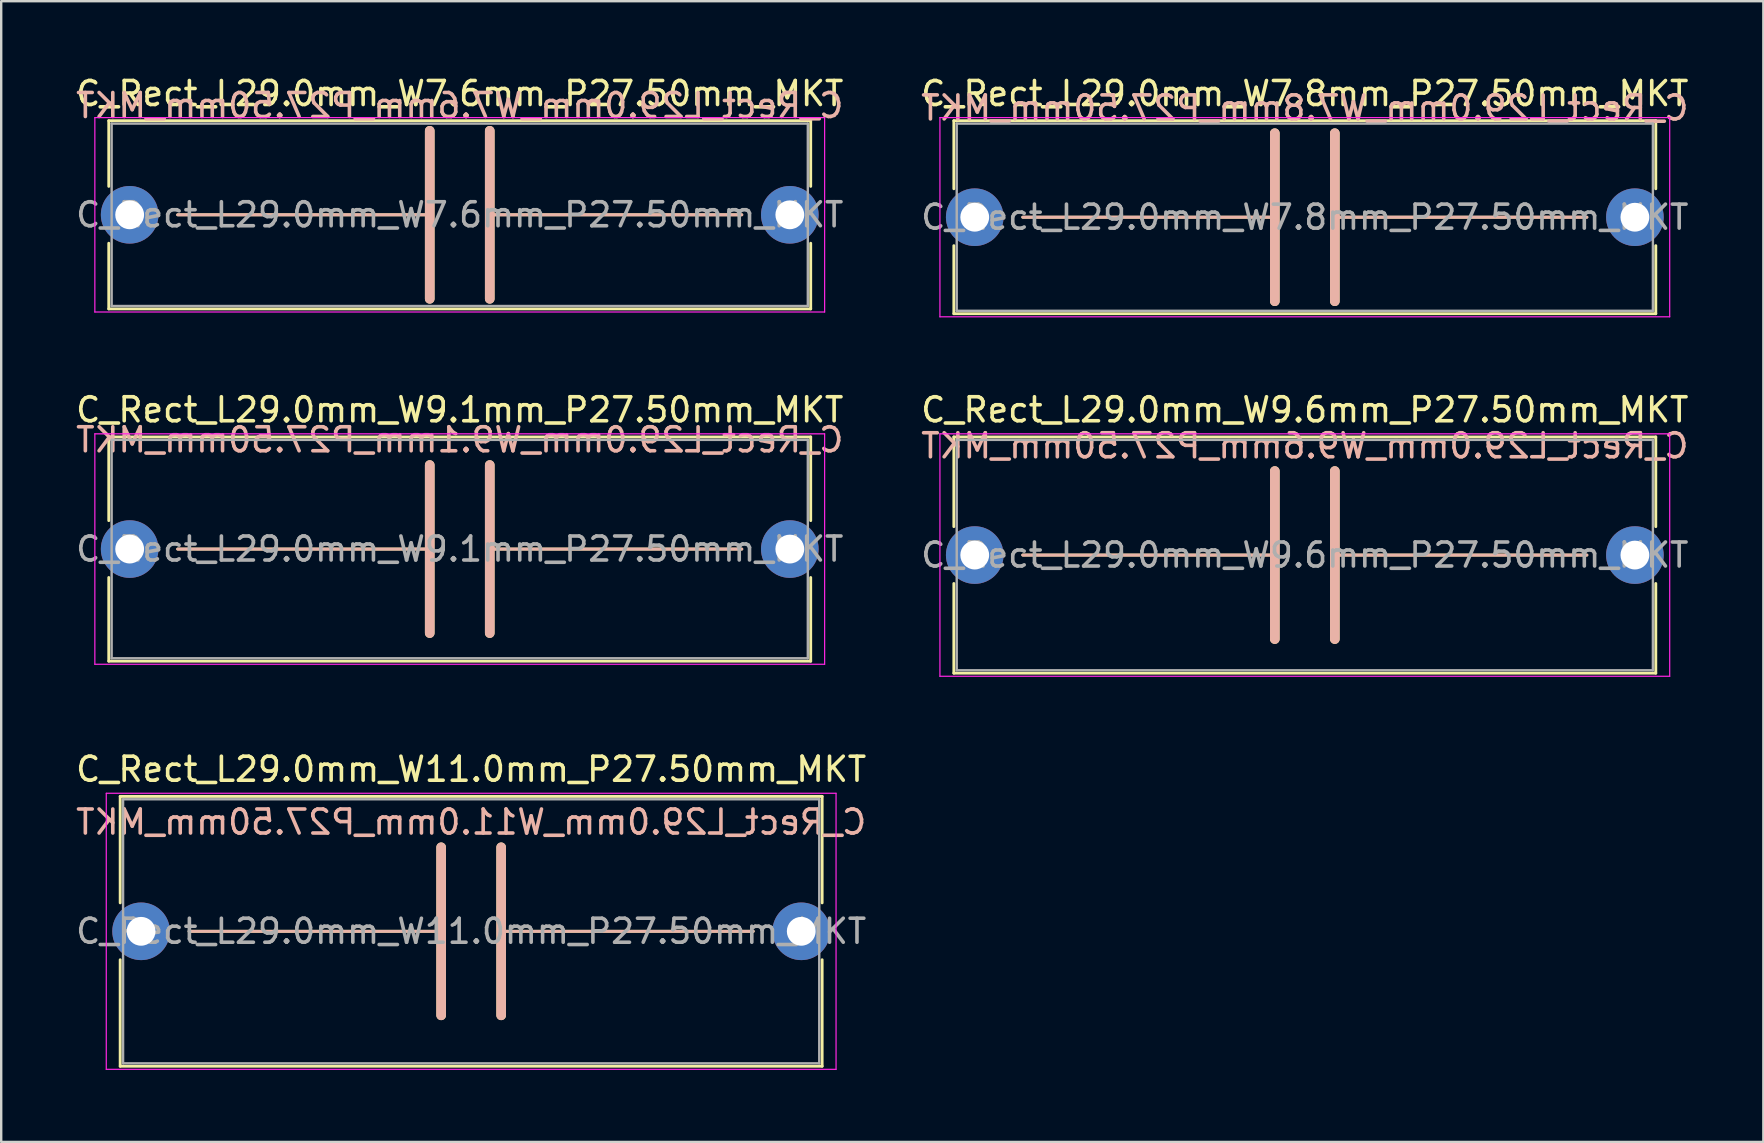
<source format=kicad_pcb>
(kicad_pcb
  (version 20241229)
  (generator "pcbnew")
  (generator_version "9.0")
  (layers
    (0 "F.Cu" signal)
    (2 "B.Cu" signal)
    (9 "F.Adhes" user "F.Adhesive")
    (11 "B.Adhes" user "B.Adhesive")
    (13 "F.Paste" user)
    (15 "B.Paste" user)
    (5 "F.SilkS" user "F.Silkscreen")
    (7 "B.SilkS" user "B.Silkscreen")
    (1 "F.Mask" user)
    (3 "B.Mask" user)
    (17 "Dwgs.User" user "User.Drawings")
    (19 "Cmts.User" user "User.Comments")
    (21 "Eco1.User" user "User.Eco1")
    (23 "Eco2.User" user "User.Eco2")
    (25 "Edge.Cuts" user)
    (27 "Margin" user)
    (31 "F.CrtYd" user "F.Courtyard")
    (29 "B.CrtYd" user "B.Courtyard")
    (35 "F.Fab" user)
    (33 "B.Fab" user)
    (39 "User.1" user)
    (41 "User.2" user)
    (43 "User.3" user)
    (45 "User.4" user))
  (footprint "C_Rect_L29.0mm_W7.8mm_P27.50mm_MKT"
    (layer "F.Cu")
    (at 37.554 5.998)
    (property "Reference" "C_Rect_L29.0mm_W7.8mm_P27.50mm_MKT" (at 13.75 -5.15 0) (layer "F.SilkS") (effects (font (size 1 1) (thickness 0.15))))
    (fp_line (start -0.87 -4.02) (end -0.87 -1.185) (stroke (width 0.12) (type solid)) (layer "F.SilkS"))
    (fp_line (start -0.87 -4.02) (end 28.37 -4.02) (stroke (width 0.12) (type solid)) (layer "F.SilkS"))
    (fp_line (start -0.87 1.185) (end -0.87 4.02) (stroke (width 0.12) (type solid)) (layer "F.SilkS"))
    (fp_line (start -0.87 4.02) (end 28.37 4.02) (stroke (width 0.12) (type solid)) (layer "F.SilkS"))
    (fp_line (start 2 0) (end 12.5 0) (stroke (width 0.12) (type solid)) (layer "F.SilkS"))
    (fp_line (start 12.5 -3.5) (end 12.5 3.5) (stroke (width 0.4) (type solid)) (layer "F.SilkS"))
    (fp_line (start 15 -3.5) (end 15 3.5) (stroke (width 0.4) (type solid)) (layer "F.SilkS"))
    (fp_line (start 15 0) (end 25.5 0) (stroke (width 0.12) (type solid)) (layer "F.SilkS"))
    (fp_line (start 28.37 -4.02) (end 28.37 -1.185) (stroke (width 0.12) (type solid)) (layer "F.SilkS"))
    (fp_line (start 28.37 1.185) (end 28.37 4.02) (stroke (width 0.12) (type solid)) (layer "F.SilkS"))
    (fp_line (start 2 0) (end 12.5 0) (stroke (width 0.12) (type solid)) (layer "B.SilkS"))
    (fp_line (start 12.5 3.5) (end 12.5 -3.5) (stroke (width 0.4) (type solid)) (layer "B.SilkS"))
    (fp_line (start 15 0) (end 25.5 0) (stroke (width 0.12) (type solid)) (layer "B.SilkS"))
    (fp_line (start 15 3.5) (end 15 -3.5) (stroke (width 0.4) (type solid)) (layer "B.SilkS"))
    (fp_line (start -1.45 -4.15) (end -1.45 4.15) (stroke (width 0.05) (type solid)) (layer "F.CrtYd"))
    (fp_line (start -1.45 4.15) (end 28.95 4.15) (stroke (width 0.05) (type solid)) (layer "F.CrtYd"))
    (fp_line (start 28.95 -4.15) (end -1.45 -4.15) (stroke (width 0.05) (type solid)) (layer "F.CrtYd"))
    (fp_line (start 28.95 4.15) (end 28.95 -4.15) (stroke (width 0.05) (type solid)) (layer "F.CrtYd"))
    (fp_line (start -0.75 -3.9) (end -0.75 3.9) (stroke (width 0.1) (type solid)) (layer "F.Fab"))
    (fp_line (start -0.75 3.9) (end 28.25 3.9) (stroke (width 0.1) (type solid)) (layer "F.Fab"))
    (fp_line (start 28.25 -3.9) (end -0.75 -3.9) (stroke (width 0.1) (type solid)) (layer "F.Fab"))
    (fp_line (start 28.25 3.9) (end 28.25 -3.9) (stroke (width 0.1) (type solid)) (layer "F.Fab"))
    (fp_text user "${REFERENCE}" (at 13.75 -4.55 0) (layer "B.SilkS") (effects (font (size 1 1) (thickness 0.15)) (justify mirror)))
    (fp_text user "${REFERENCE}" (at 13.75 0 0) (layer "F.Fab") (effects (font (size 1 1) (thickness 0.15))))
    (pad "1" thru_hole circle (at 0 0) (size 2.4 2.4) (drill 1.2) (layers "*.Cu" "*.Mask"))
    (pad "2" thru_hole circle (at 27.5 0) (size 2.4 2.4) (drill 1.2) (layers "*.Cu" "*.Mask")))
  (footprint "C_Rect_L29.0mm_W11.0mm_P27.50mm_MKT"
    (layer "F.Cu")
    (at 2.827 35.745)
    (property "Reference" "C_Rect_L29.0mm_W11.0mm_P27.50mm_MKT" (at 13.75 -6.75 0) (layer "F.SilkS") (effects (font (size 1 1) (thickness 0.15))))
    (fp_line (start -0.87 -5.62) (end -0.87 -1.185) (stroke (width 0.12) (type solid)) (layer "F.SilkS"))
    (fp_line (start -0.87 -5.62) (end 28.37 -5.62) (stroke (width 0.12) (type solid)) (layer "F.SilkS"))
    (fp_line (start -0.87 1.185) (end -0.87 5.62) (stroke (width 0.12) (type solid)) (layer "F.SilkS"))
    (fp_line (start -0.87 5.62) (end 28.37 5.62) (stroke (width 0.12) (type solid)) (layer "F.SilkS"))
    (fp_line (start 2 0) (end 12.5 0) (stroke (width 0.12) (type solid)) (layer "F.SilkS"))
    (fp_line (start 12.5 -3.5) (end 12.5 3.5) (stroke (width 0.4) (type solid)) (layer "F.SilkS"))
    (fp_line (start 15 -3.5) (end 15 3.5) (stroke (width 0.4) (type solid)) (layer "F.SilkS"))
    (fp_line (start 15 0) (end 25.5 0) (stroke (width 0.12) (type solid)) (layer "F.SilkS"))
    (fp_line (start 28.37 -5.62) (end 28.37 -1.185) (stroke (width 0.12) (type solid)) (layer "F.SilkS"))
    (fp_line (start 28.37 1.185) (end 28.37 5.62) (stroke (width 0.12) (type solid)) (layer "F.SilkS"))
    (fp_line (start 2 0) (end 12.5 0) (stroke (width 0.12) (type solid)) (layer "B.SilkS"))
    (fp_line (start 12.5 3.5) (end 12.5 -3.5) (stroke (width 0.4) (type solid)) (layer "B.SilkS"))
    (fp_line (start 15 0) (end 25.5 0) (stroke (width 0.12) (type solid)) (layer "B.SilkS"))
    (fp_line (start 15 3.5) (end 15 -3.5) (stroke (width 0.4) (type solid)) (layer "B.SilkS"))
    (fp_line (start -1.45 -5.75) (end -1.45 5.75) (stroke (width 0.05) (type solid)) (layer "F.CrtYd"))
    (fp_line (start -1.45 5.75) (end 28.95 5.75) (stroke (width 0.05) (type solid)) (layer "F.CrtYd"))
    (fp_line (start 28.95 -5.75) (end -1.45 -5.75) (stroke (width 0.05) (type solid)) (layer "F.CrtYd"))
    (fp_line (start 28.95 5.75) (end 28.95 -5.75) (stroke (width 0.05) (type solid)) (layer "F.CrtYd"))
    (fp_line (start -0.75 -5.5) (end -0.75 5.5) (stroke (width 0.1) (type solid)) (layer "F.Fab"))
    (fp_line (start -0.75 5.5) (end 28.25 5.5) (stroke (width 0.1) (type solid)) (layer "F.Fab"))
    (fp_line (start 28.25 -5.5) (end -0.75 -5.5) (stroke (width 0.1) (type solid)) (layer "F.Fab"))
    (fp_line (start 28.25 5.5) (end 28.25 -5.5) (stroke (width 0.1) (type solid)) (layer "F.Fab"))
    (fp_text user "${REFERENCE}" (at 13.75 -4.55 0) (layer "B.SilkS") (effects (font (size 1 1) (thickness 0.15)) (justify mirror)))
    (fp_text user "${REFERENCE}" (at 13.75 0 0) (layer "F.Fab") (effects (font (size 1 1) (thickness 0.15))))
    (pad "1" thru_hole circle (at 0 0) (size 2.4 2.4) (drill 1.2) (layers "*.Cu" "*.Mask"))
    (pad "2" thru_hole circle (at 27.5 0) (size 2.4 2.4) (drill 1.2) (layers "*.Cu" "*.Mask")))
  (footprint "C_Rect_L29.0mm_W7.6mm_P27.50mm_MKT"
    (layer "F.Cu")
    (at 2.351 5.898)
    (property "Reference" "C_Rect_L29.0mm_W7.6mm_P27.50mm_MKT" (at 13.75 -5.05 0) (layer "F.SilkS") (effects (font (size 1 1) (thickness 0.15))))
    (fp_line (start -0.87 -3.92) (end -0.87 -1.185) (stroke (width 0.12) (type solid)) (layer "F.SilkS"))
    (fp_line (start -0.87 -3.92) (end 28.37 -3.92) (stroke (width 0.12) (type solid)) (layer "F.SilkS"))
    (fp_line (start -0.87 1.185) (end -0.87 3.92) (stroke (width 0.12) (type solid)) (layer "F.SilkS"))
    (fp_line (start -0.87 3.92) (end 28.37 3.92) (stroke (width 0.12) (type solid)) (layer "F.SilkS"))
    (fp_line (start 2 0) (end 12.5 0) (stroke (width 0.12) (type solid)) (layer "F.SilkS"))
    (fp_line (start 12.5 -3.5) (end 12.5 3.5) (stroke (width 0.4) (type solid)) (layer "F.SilkS"))
    (fp_line (start 15 -3.5) (end 15 3.5) (stroke (width 0.4) (type solid)) (layer "F.SilkS"))
    (fp_line (start 15 0) (end 25.5 0) (stroke (width 0.12) (type solid)) (layer "F.SilkS"))
    (fp_line (start 28.37 -3.92) (end 28.37 -1.185) (stroke (width 0.12) (type solid)) (layer "F.SilkS"))
    (fp_line (start 28.37 1.185) (end 28.37 3.92) (stroke (width 0.12) (type solid)) (layer "F.SilkS"))
    (fp_line (start 2 0) (end 12.5 0) (stroke (width 0.12) (type solid)) (layer "B.SilkS"))
    (fp_line (start 12.5 3.5) (end 12.5 -3.5) (stroke (width 0.4) (type solid)) (layer "B.SilkS"))
    (fp_line (start 15 0) (end 25.5 0) (stroke (width 0.12) (type solid)) (layer "B.SilkS"))
    (fp_line (start 15 3.5) (end 15 -3.5) (stroke (width 0.4) (type solid)) (layer "B.SilkS"))
    (fp_line (start -1.45 -4.05) (end -1.45 4.05) (stroke (width 0.05) (type solid)) (layer "F.CrtYd"))
    (fp_line (start -1.45 4.05) (end 28.95 4.05) (stroke (width 0.05) (type solid)) (layer "F.CrtYd"))
    (fp_line (start 28.95 -4.05) (end -1.45 -4.05) (stroke (width 0.05) (type solid)) (layer "F.CrtYd"))
    (fp_line (start 28.95 4.05) (end 28.95 -4.05) (stroke (width 0.05) (type solid)) (layer "F.CrtYd"))
    (fp_line (start -0.75 -3.8) (end -0.75 3.8) (stroke (width 0.1) (type solid)) (layer "F.Fab"))
    (fp_line (start -0.75 3.8) (end 28.25 3.8) (stroke (width 0.1) (type solid)) (layer "F.Fab"))
    (fp_line (start 28.25 -3.8) (end -0.75 -3.8) (stroke (width 0.1) (type solid)) (layer "F.Fab"))
    (fp_line (start 28.25 3.8) (end 28.25 -3.8) (stroke (width 0.1) (type solid)) (layer "F.Fab"))
    (fp_text user "${REFERENCE}" (at 13.75 -4.55 0) (layer "B.SilkS") (effects (font (size 1 1) (thickness 0.15)) (justify mirror)))
    (fp_text user "${REFERENCE}" (at 13.75 0 0) (layer "F.Fab") (effects (font (size 1 1) (thickness 0.15))))
    (pad "1" thru_hole circle (at 0 0) (size 2.4 2.4) (drill 1.2) (layers "*.Cu" "*.Mask"))
    (pad "2" thru_hole circle (at 27.5 0) (size 2.4 2.4) (drill 1.2) (layers "*.Cu" "*.Mask")))
  (footprint "C_Rect_L29.0mm_W9.1mm_P27.50mm_MKT"
    (layer "F.Cu")
    (at 2.351 19.822)
    (property "Reference" "C_Rect_L29.0mm_W9.1mm_P27.50mm_MKT" (at 13.75 -5.8 0) (layer "F.SilkS") (effects (font (size 1 1) (thickness 0.15))))
    (fp_line (start -0.87 -4.67) (end -0.87 -1.185) (stroke (width 0.12) (type solid)) (layer "F.SilkS"))
    (fp_line (start -0.87 -4.67) (end 28.37 -4.67) (stroke (width 0.12) (type solid)) (layer "F.SilkS"))
    (fp_line (start -0.87 1.185) (end -0.87 4.67) (stroke (width 0.12) (type solid)) (layer "F.SilkS"))
    (fp_line (start -0.87 4.67) (end 28.37 4.67) (stroke (width 0.12) (type solid)) (layer "F.SilkS"))
    (fp_line (start 2 0) (end 12.5 0) (stroke (width 0.12) (type solid)) (layer "F.SilkS"))
    (fp_line (start 12.5 -3.5) (end 12.5 3.5) (stroke (width 0.4) (type solid)) (layer "F.SilkS"))
    (fp_line (start 15 -3.5) (end 15 3.5) (stroke (width 0.4) (type solid)) (layer "F.SilkS"))
    (fp_line (start 15 0) (end 25.5 0) (stroke (width 0.12) (type solid)) (layer "F.SilkS"))
    (fp_line (start 28.37 -4.67) (end 28.37 -1.185) (stroke (width 0.12) (type solid)) (layer "F.SilkS"))
    (fp_line (start 28.37 1.185) (end 28.37 4.67) (stroke (width 0.12) (type solid)) (layer "F.SilkS"))
    (fp_line (start 2 0) (end 12.5 0) (stroke (width 0.12) (type solid)) (layer "B.SilkS"))
    (fp_line (start 12.5 3.5) (end 12.5 -3.5) (stroke (width 0.4) (type solid)) (layer "B.SilkS"))
    (fp_line (start 15 0) (end 25.5 0) (stroke (width 0.12) (type solid)) (layer "B.SilkS"))
    (fp_line (start 15 3.5) (end 15 -3.5) (stroke (width 0.4) (type solid)) (layer "B.SilkS"))
    (fp_line (start -1.45 -4.8) (end -1.45 4.8) (stroke (width 0.05) (type solid)) (layer "F.CrtYd"))
    (fp_line (start -1.45 4.8) (end 28.95 4.8) (stroke (width 0.05) (type solid)) (layer "F.CrtYd"))
    (fp_line (start 28.95 -4.8) (end -1.45 -4.8) (stroke (width 0.05) (type solid)) (layer "F.CrtYd"))
    (fp_line (start 28.95 4.8) (end 28.95 -4.8) (stroke (width 0.05) (type solid)) (layer "F.CrtYd"))
    (fp_line (start -0.75 -4.55) (end -0.75 4.55) (stroke (width 0.1) (type solid)) (layer "F.Fab"))
    (fp_line (start -0.75 4.55) (end 28.25 4.55) (stroke (width 0.1) (type solid)) (layer "F.Fab"))
    (fp_line (start 28.25 -4.55) (end -0.75 -4.55) (stroke (width 0.1) (type solid)) (layer "F.Fab"))
    (fp_line (start 28.25 4.55) (end 28.25 -4.55) (stroke (width 0.1) (type solid)) (layer "F.Fab"))
    (fp_text user "${REFERENCE}" (at 13.75 -4.55 0) (layer "B.SilkS") (effects (font (size 1 1) (thickness 0.15)) (justify mirror)))
    (fp_text user "${REFERENCE}" (at 13.75 0 0) (layer "F.Fab") (effects (font (size 1 1) (thickness 0.15))))
    (pad "1" thru_hole circle (at 0 0) (size 2.4 2.4) (drill 1.2) (layers "*.Cu" "*.Mask"))
    (pad "2" thru_hole circle (at 27.5 0) (size 2.4 2.4) (drill 1.2) (layers "*.Cu" "*.Mask")))
  (footprint "C_Rect_L29.0mm_W9.6mm_P27.50mm_MKT"
    (layer "F.Cu")
    (at 37.554 20.072)
    (property "Reference" "C_Rect_L29.0mm_W9.6mm_P27.50mm_MKT" (at 13.75 -6.05 0) (layer "F.SilkS") (effects (font (size 1 1) (thickness 0.15))))
    (fp_line (start -0.87 -4.92) (end -0.87 -1.185) (stroke (width 0.12) (type solid)) (layer "F.SilkS"))
    (fp_line (start -0.87 -4.92) (end 28.37 -4.92) (stroke (width 0.12) (type solid)) (layer "F.SilkS"))
    (fp_line (start -0.87 1.185) (end -0.87 4.92) (stroke (width 0.12) (type solid)) (layer "F.SilkS"))
    (fp_line (start -0.87 4.92) (end 28.37 4.92) (stroke (width 0.12) (type solid)) (layer "F.SilkS"))
    (fp_line (start 2 0) (end 12.5 0) (stroke (width 0.12) (type solid)) (layer "F.SilkS"))
    (fp_line (start 12.5 -3.5) (end 12.5 3.5) (stroke (width 0.4) (type solid)) (layer "F.SilkS"))
    (fp_line (start 15 -3.5) (end 15 3.5) (stroke (width 0.4) (type solid)) (layer "F.SilkS"))
    (fp_line (start 15 0) (end 25.5 0) (stroke (width 0.12) (type solid)) (layer "F.SilkS"))
    (fp_line (start 28.37 -4.92) (end 28.37 -1.185) (stroke (width 0.12) (type solid)) (layer "F.SilkS"))
    (fp_line (start 28.37 1.185) (end 28.37 4.92) (stroke (width 0.12) (type solid)) (layer "F.SilkS"))
    (fp_line (start 2 0) (end 12.5 0) (stroke (width 0.12) (type solid)) (layer "B.SilkS"))
    (fp_line (start 12.5 3.5) (end 12.5 -3.5) (stroke (width 0.4) (type solid)) (layer "B.SilkS"))
    (fp_line (start 15 0) (end 25.5 0) (stroke (width 0.12) (type solid)) (layer "B.SilkS"))
    (fp_line (start 15 3.5) (end 15 -3.5) (stroke (width 0.4) (type solid)) (layer "B.SilkS"))
    (fp_line (start -1.45 -5.05) (end -1.45 5.05) (stroke (width 0.05) (type solid)) (layer "F.CrtYd"))
    (fp_line (start -1.45 5.05) (end 28.95 5.05) (stroke (width 0.05) (type solid)) (layer "F.CrtYd"))
    (fp_line (start 28.95 -5.05) (end -1.45 -5.05) (stroke (width 0.05) (type solid)) (layer "F.CrtYd"))
    (fp_line (start 28.95 5.05) (end 28.95 -5.05) (stroke (width 0.05) (type solid)) (layer "F.CrtYd"))
    (fp_line (start -0.75 -4.8) (end -0.75 4.8) (stroke (width 0.1) (type solid)) (layer "F.Fab"))
    (fp_line (start -0.75 4.8) (end 28.25 4.8) (stroke (width 0.1) (type solid)) (layer "F.Fab"))
    (fp_line (start 28.25 -4.8) (end -0.75 -4.8) (stroke (width 0.1) (type solid)) (layer "F.Fab"))
    (fp_line (start 28.25 4.8) (end 28.25 -4.8) (stroke (width 0.1) (type solid)) (layer "F.Fab"))
    (fp_text user "${REFERENCE}" (at 13.75 -4.55 0) (layer "B.SilkS") (effects (font (size 1 1) (thickness 0.15)) (justify mirror)))
    (fp_text user "${REFERENCE}" (at 13.75 0 0) (layer "F.Fab") (effects (font (size 1 1) (thickness 0.15))))
    (pad "1" thru_hole circle (at 0 0) (size 2.4 2.4) (drill 1.2) (layers "*.Cu" "*.Mask"))
    (pad "2" thru_hole circle (at 27.5 0) (size 2.4 2.4) (drill 1.2) (layers "*.Cu" "*.Mask")))
  (gr_rect
    (start -3 -3)
    (end 70.405 44.52)
    (stroke (width 0.1) (type default))
    (fill no)
    (layer "Edge.Cuts")))
</source>
